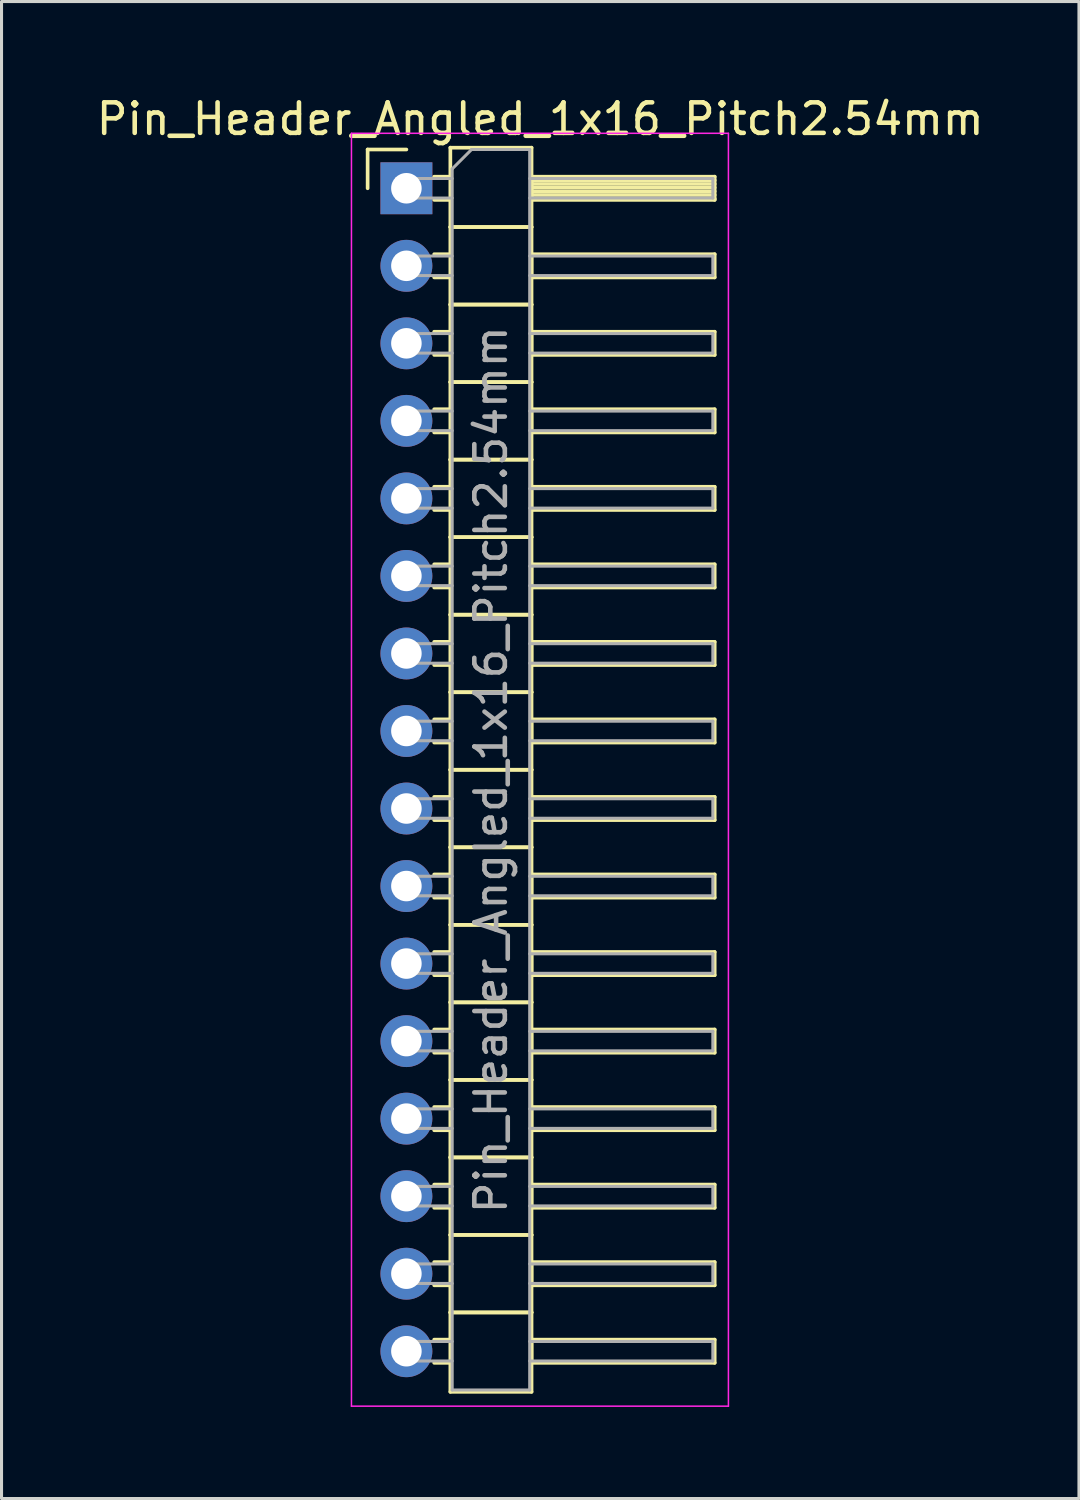
<source format=kicad_pcb>
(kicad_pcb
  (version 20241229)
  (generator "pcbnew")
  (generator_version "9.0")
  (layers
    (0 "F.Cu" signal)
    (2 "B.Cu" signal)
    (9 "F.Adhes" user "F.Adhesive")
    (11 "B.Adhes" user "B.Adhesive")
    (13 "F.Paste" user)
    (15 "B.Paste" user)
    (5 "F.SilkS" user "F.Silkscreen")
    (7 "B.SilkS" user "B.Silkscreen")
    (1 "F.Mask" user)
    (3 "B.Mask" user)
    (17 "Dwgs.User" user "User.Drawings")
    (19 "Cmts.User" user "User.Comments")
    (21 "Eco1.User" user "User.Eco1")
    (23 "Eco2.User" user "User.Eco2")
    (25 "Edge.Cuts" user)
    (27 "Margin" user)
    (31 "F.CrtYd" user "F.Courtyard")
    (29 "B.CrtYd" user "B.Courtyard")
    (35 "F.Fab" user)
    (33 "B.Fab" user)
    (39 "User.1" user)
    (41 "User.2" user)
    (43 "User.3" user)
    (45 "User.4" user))
  (footprint "Pin_Header_Angled_1x16_Pitch2.54mm"
    (layer "F.Cu")
    (at 10.264 3.118)
    (property "Reference" "Pin_Header_Angled_1x16_Pitch2.54mm" (at 4.385 -2.27 0) (layer "F.SilkS") (effects (font (size 1 1) (thickness 0.15))))
    (attr through_hole)
    (fp_line (start -1.27 -1.27) (end 0 -1.27) (stroke (width 0.12) (type solid)) (layer "F.SilkS"))
    (fp_line (start -1.27 0) (end -1.27 -1.27) (stroke (width 0.12) (type solid)) (layer "F.SilkS"))
    (fp_line (start 0.91 -0.38) (end 1.44 -0.38) (stroke (width 0.12) (type solid)) (layer "F.SilkS"))
    (fp_line (start 0.91 0.38) (end 1.44 0.38) (stroke (width 0.12) (type solid)) (layer "F.SilkS"))
    (fp_line (start 0.91 2.16) (end 1.44 2.16) (stroke (width 0.12) (type solid)) (layer "F.SilkS"))
    (fp_line (start 0.91 2.92) (end 1.44 2.92) (stroke (width 0.12) (type solid)) (layer "F.SilkS"))
    (fp_line (start 0.91 4.7) (end 1.44 4.7) (stroke (width 0.12) (type solid)) (layer "F.SilkS"))
    (fp_line (start 0.91 5.46) (end 1.44 5.46) (stroke (width 0.12) (type solid)) (layer "F.SilkS"))
    (fp_line (start 0.91 7.24) (end 1.44 7.24) (stroke (width 0.12) (type solid)) (layer "F.SilkS"))
    (fp_line (start 0.91 8) (end 1.44 8) (stroke (width 0.12) (type solid)) (layer "F.SilkS"))
    (fp_line (start 0.91 9.78) (end 1.44 9.78) (stroke (width 0.12) (type solid)) (layer "F.SilkS"))
    (fp_line (start 0.91 10.54) (end 1.44 10.54) (stroke (width 0.12) (type solid)) (layer "F.SilkS"))
    (fp_line (start 0.91 12.32) (end 1.44 12.32) (stroke (width 0.12) (type solid)) (layer "F.SilkS"))
    (fp_line (start 0.91 13.08) (end 1.44 13.08) (stroke (width 0.12) (type solid)) (layer "F.SilkS"))
    (fp_line (start 0.91 14.86) (end 1.44 14.86) (stroke (width 0.12) (type solid)) (layer "F.SilkS"))
    (fp_line (start 0.91 15.62) (end 1.44 15.62) (stroke (width 0.12) (type solid)) (layer "F.SilkS"))
    (fp_line (start 0.91 17.4) (end 1.44 17.4) (stroke (width 0.12) (type solid)) (layer "F.SilkS"))
    (fp_line (start 0.91 18.16) (end 1.44 18.16) (stroke (width 0.12) (type solid)) (layer "F.SilkS"))
    (fp_line (start 0.91 19.94) (end 1.44 19.94) (stroke (width 0.12) (type solid)) (layer "F.SilkS"))
    (fp_line (start 0.91 20.7) (end 1.44 20.7) (stroke (width 0.12) (type solid)) (layer "F.SilkS"))
    (fp_line (start 0.91 22.48) (end 1.44 22.48) (stroke (width 0.12) (type solid)) (layer "F.SilkS"))
    (fp_line (start 0.91 23.24) (end 1.44 23.24) (stroke (width 0.12) (type solid)) (layer "F.SilkS"))
    (fp_line (start 0.91 25.02) (end 1.44 25.02) (stroke (width 0.12) (type solid)) (layer "F.SilkS"))
    (fp_line (start 0.91 25.78) (end 1.44 25.78) (stroke (width 0.12) (type solid)) (layer "F.SilkS"))
    (fp_line (start 0.91 27.56) (end 1.44 27.56) (stroke (width 0.12) (type solid)) (layer "F.SilkS"))
    (fp_line (start 0.91 28.32) (end 1.44 28.32) (stroke (width 0.12) (type solid)) (layer "F.SilkS"))
    (fp_line (start 0.91 30.1) (end 1.44 30.1) (stroke (width 0.12) (type solid)) (layer "F.SilkS"))
    (fp_line (start 0.91 30.86) (end 1.44 30.86) (stroke (width 0.12) (type solid)) (layer "F.SilkS"))
    (fp_line (start 0.91 32.64) (end 1.44 32.64) (stroke (width 0.12) (type solid)) (layer "F.SilkS"))
    (fp_line (start 0.91 33.4) (end 1.44 33.4) (stroke (width 0.12) (type solid)) (layer "F.SilkS"))
    (fp_line (start 0.91 35.18) (end 1.44 35.18) (stroke (width 0.12) (type solid)) (layer "F.SilkS"))
    (fp_line (start 0.91 35.94) (end 1.44 35.94) (stroke (width 0.12) (type solid)) (layer "F.SilkS"))
    (fp_line (start 0.91 37.72) (end 1.44 37.72) (stroke (width 0.12) (type solid)) (layer "F.SilkS"))
    (fp_line (start 0.91 38.48) (end 1.44 38.48) (stroke (width 0.12) (type solid)) (layer "F.SilkS"))
    (fp_line (start 1.44 -1.33) (end 1.44 1.27) (stroke (width 0.12) (type solid)) (layer "F.SilkS"))
    (fp_line (start 1.44 1.27) (end 1.44 3.81) (stroke (width 0.12) (type solid)) (layer "F.SilkS"))
    (fp_line (start 1.44 1.27) (end 4.1 1.27) (stroke (width 0.12) (type solid)) (layer "F.SilkS"))
    (fp_line (start 1.44 3.81) (end 1.44 6.35) (stroke (width 0.12) (type solid)) (layer "F.SilkS"))
    (fp_line (start 1.44 3.81) (end 4.1 3.81) (stroke (width 0.12) (type solid)) (layer "F.SilkS"))
    (fp_line (start 1.44 6.35) (end 1.44 8.89) (stroke (width 0.12) (type solid)) (layer "F.SilkS"))
    (fp_line (start 1.44 6.35) (end 4.1 6.35) (stroke (width 0.12) (type solid)) (layer "F.SilkS"))
    (fp_line (start 1.44 8.89) (end 1.44 11.43) (stroke (width 0.12) (type solid)) (layer "F.SilkS"))
    (fp_line (start 1.44 8.89) (end 4.1 8.89) (stroke (width 0.12) (type solid)) (layer "F.SilkS"))
    (fp_line (start 1.44 11.43) (end 1.44 13.97) (stroke (width 0.12) (type solid)) (layer "F.SilkS"))
    (fp_line (start 1.44 11.43) (end 4.1 11.43) (stroke (width 0.12) (type solid)) (layer "F.SilkS"))
    (fp_line (start 1.44 13.97) (end 1.44 16.51) (stroke (width 0.12) (type solid)) (layer "F.SilkS"))
    (fp_line (start 1.44 13.97) (end 4.1 13.97) (stroke (width 0.12) (type solid)) (layer "F.SilkS"))
    (fp_line (start 1.44 16.51) (end 1.44 19.05) (stroke (width 0.12) (type solid)) (layer "F.SilkS"))
    (fp_line (start 1.44 16.51) (end 4.1 16.51) (stroke (width 0.12) (type solid)) (layer "F.SilkS"))
    (fp_line (start 1.44 19.05) (end 1.44 21.59) (stroke (width 0.12) (type solid)) (layer "F.SilkS"))
    (fp_line (start 1.44 19.05) (end 4.1 19.05) (stroke (width 0.12) (type solid)) (layer "F.SilkS"))
    (fp_line (start 1.44 21.59) (end 1.44 24.13) (stroke (width 0.12) (type solid)) (layer "F.SilkS"))
    (fp_line (start 1.44 21.59) (end 4.1 21.59) (stroke (width 0.12) (type solid)) (layer "F.SilkS"))
    (fp_line (start 1.44 24.13) (end 1.44 26.67) (stroke (width 0.12) (type solid)) (layer "F.SilkS"))
    (fp_line (start 1.44 24.13) (end 4.1 24.13) (stroke (width 0.12) (type solid)) (layer "F.SilkS"))
    (fp_line (start 1.44 26.67) (end 1.44 29.21) (stroke (width 0.12) (type solid)) (layer "F.SilkS"))
    (fp_line (start 1.44 26.67) (end 4.1 26.67) (stroke (width 0.12) (type solid)) (layer "F.SilkS"))
    (fp_line (start 1.44 29.21) (end 1.44 31.75) (stroke (width 0.12) (type solid)) (layer "F.SilkS"))
    (fp_line (start 1.44 29.21) (end 4.1 29.21) (stroke (width 0.12) (type solid)) (layer "F.SilkS"))
    (fp_line (start 1.44 31.75) (end 1.44 34.29) (stroke (width 0.12) (type solid)) (layer "F.SilkS"))
    (fp_line (start 1.44 31.75) (end 4.1 31.75) (stroke (width 0.12) (type solid)) (layer "F.SilkS"))
    (fp_line (start 1.44 34.29) (end 1.44 36.83) (stroke (width 0.12) (type solid)) (layer "F.SilkS"))
    (fp_line (start 1.44 34.29) (end 4.1 34.29) (stroke (width 0.12) (type solid)) (layer "F.SilkS"))
    (fp_line (start 1.44 36.83) (end 1.44 39.43) (stroke (width 0.12) (type solid)) (layer "F.SilkS"))
    (fp_line (start 1.44 36.83) (end 4.1 36.83) (stroke (width 0.12) (type solid)) (layer "F.SilkS"))
    (fp_line (start 1.44 39.43) (end 4.1 39.43) (stroke (width 0.12) (type solid)) (layer "F.SilkS"))
    (fp_line (start 4.1 -1.33) (end 1.44 -1.33) (stroke (width 0.12) (type solid)) (layer "F.SilkS"))
    (fp_line (start 4.1 -0.38) (end 4.1 0.38) (stroke (width 0.12) (type solid)) (layer "F.SilkS"))
    (fp_line (start 4.1 -0.26) (end 10.1 -0.26) (stroke (width 0.12) (type solid)) (layer "F.SilkS"))
    (fp_line (start 4.1 -0.14) (end 10.1 -0.14) (stroke (width 0.12) (type solid)) (layer "F.SilkS"))
    (fp_line (start 4.1 -0.02) (end 10.1 -0.02) (stroke (width 0.12) (type solid)) (layer "F.SilkS"))
    (fp_line (start 4.1 0.1) (end 10.1 0.1) (stroke (width 0.12) (type solid)) (layer "F.SilkS"))
    (fp_line (start 4.1 0.22) (end 10.1 0.22) (stroke (width 0.12) (type solid)) (layer "F.SilkS"))
    (fp_line (start 4.1 0.34) (end 10.1 0.34) (stroke (width 0.12) (type solid)) (layer "F.SilkS"))
    (fp_line (start 4.1 0.38) (end 10.1 0.38) (stroke (width 0.12) (type solid)) (layer "F.SilkS"))
    (fp_line (start 4.1 1.27) (end 1.44 1.27) (stroke (width 0.12) (type solid)) (layer "F.SilkS"))
    (fp_line (start 4.1 1.27) (end 4.1 -1.33) (stroke (width 0.12) (type solid)) (layer "F.SilkS"))
    (fp_line (start 4.1 2.16) (end 4.1 2.92) (stroke (width 0.12) (type solid)) (layer "F.SilkS"))
    (fp_line (start 4.1 2.92) (end 10.1 2.92) (stroke (width 0.12) (type solid)) (layer "F.SilkS"))
    (fp_line (start 4.1 3.81) (end 1.44 3.81) (stroke (width 0.12) (type solid)) (layer "F.SilkS"))
    (fp_line (start 4.1 3.81) (end 4.1 1.27) (stroke (width 0.12) (type solid)) (layer "F.SilkS"))
    (fp_line (start 4.1 4.7) (end 4.1 5.46) (stroke (width 0.12) (type solid)) (layer "F.SilkS"))
    (fp_line (start 4.1 5.46) (end 10.1 5.46) (stroke (width 0.12) (type solid)) (layer "F.SilkS"))
    (fp_line (start 4.1 6.35) (end 1.44 6.35) (stroke (width 0.12) (type solid)) (layer "F.SilkS"))
    (fp_line (start 4.1 6.35) (end 4.1 3.81) (stroke (width 0.12) (type solid)) (layer "F.SilkS"))
    (fp_line (start 4.1 7.24) (end 4.1 8) (stroke (width 0.12) (type solid)) (layer "F.SilkS"))
    (fp_line (start 4.1 8) (end 10.1 8) (stroke (width 0.12) (type solid)) (layer "F.SilkS"))
    (fp_line (start 4.1 8.89) (end 1.44 8.89) (stroke (width 0.12) (type solid)) (layer "F.SilkS"))
    (fp_line (start 4.1 8.89) (end 4.1 6.35) (stroke (width 0.12) (type solid)) (layer "F.SilkS"))
    (fp_line (start 4.1 9.78) (end 4.1 10.54) (stroke (width 0.12) (type solid)) (layer "F.SilkS"))
    (fp_line (start 4.1 10.54) (end 10.1 10.54) (stroke (width 0.12) (type solid)) (layer "F.SilkS"))
    (fp_line (start 4.1 11.43) (end 1.44 11.43) (stroke (width 0.12) (type solid)) (layer "F.SilkS"))
    (fp_line (start 4.1 11.43) (end 4.1 8.89) (stroke (width 0.12) (type solid)) (layer "F.SilkS"))
    (fp_line (start 4.1 12.32) (end 4.1 13.08) (stroke (width 0.12) (type solid)) (layer "F.SilkS"))
    (fp_line (start 4.1 13.08) (end 10.1 13.08) (stroke (width 0.12) (type solid)) (layer "F.SilkS"))
    (fp_line (start 4.1 13.97) (end 1.44 13.97) (stroke (width 0.12) (type solid)) (layer "F.SilkS"))
    (fp_line (start 4.1 13.97) (end 4.1 11.43) (stroke (width 0.12) (type solid)) (layer "F.SilkS"))
    (fp_line (start 4.1 14.86) (end 4.1 15.62) (stroke (width 0.12) (type solid)) (layer "F.SilkS"))
    (fp_line (start 4.1 15.62) (end 10.1 15.62) (stroke (width 0.12) (type solid)) (layer "F.SilkS"))
    (fp_line (start 4.1 16.51) (end 1.44 16.51) (stroke (width 0.12) (type solid)) (layer "F.SilkS"))
    (fp_line (start 4.1 16.51) (end 4.1 13.97) (stroke (width 0.12) (type solid)) (layer "F.SilkS"))
    (fp_line (start 4.1 17.4) (end 4.1 18.16) (stroke (width 0.12) (type solid)) (layer "F.SilkS"))
    (fp_line (start 4.1 18.16) (end 10.1 18.16) (stroke (width 0.12) (type solid)) (layer "F.SilkS"))
    (fp_line (start 4.1 19.05) (end 1.44 19.05) (stroke (width 0.12) (type solid)) (layer "F.SilkS"))
    (fp_line (start 4.1 19.05) (end 4.1 16.51) (stroke (width 0.12) (type solid)) (layer "F.SilkS"))
    (fp_line (start 4.1 19.94) (end 4.1 20.7) (stroke (width 0.12) (type solid)) (layer "F.SilkS"))
    (fp_line (start 4.1 20.7) (end 10.1 20.7) (stroke (width 0.12) (type solid)) (layer "F.SilkS"))
    (fp_line (start 4.1 21.59) (end 1.44 21.59) (stroke (width 0.12) (type solid)) (layer "F.SilkS"))
    (fp_line (start 4.1 21.59) (end 4.1 19.05) (stroke (width 0.12) (type solid)) (layer "F.SilkS"))
    (fp_line (start 4.1 22.48) (end 4.1 23.24) (stroke (width 0.12) (type solid)) (layer "F.SilkS"))
    (fp_line (start 4.1 23.24) (end 10.1 23.24) (stroke (width 0.12) (type solid)) (layer "F.SilkS"))
    (fp_line (start 4.1 24.13) (end 1.44 24.13) (stroke (width 0.12) (type solid)) (layer "F.SilkS"))
    (fp_line (start 4.1 24.13) (end 4.1 21.59) (stroke (width 0.12) (type solid)) (layer "F.SilkS"))
    (fp_line (start 4.1 25.02) (end 4.1 25.78) (stroke (width 0.12) (type solid)) (layer "F.SilkS"))
    (fp_line (start 4.1 25.78) (end 10.1 25.78) (stroke (width 0.12) (type solid)) (layer "F.SilkS"))
    (fp_line (start 4.1 26.67) (end 1.44 26.67) (stroke (width 0.12) (type solid)) (layer "F.SilkS"))
    (fp_line (start 4.1 26.67) (end 4.1 24.13) (stroke (width 0.12) (type solid)) (layer "F.SilkS"))
    (fp_line (start 4.1 27.56) (end 4.1 28.32) (stroke (width 0.12) (type solid)) (layer "F.SilkS"))
    (fp_line (start 4.1 28.32) (end 10.1 28.32) (stroke (width 0.12) (type solid)) (layer "F.SilkS"))
    (fp_line (start 4.1 29.21) (end 1.44 29.21) (stroke (width 0.12) (type solid)) (layer "F.SilkS"))
    (fp_line (start 4.1 29.21) (end 4.1 26.67) (stroke (width 0.12) (type solid)) (layer "F.SilkS"))
    (fp_line (start 4.1 30.1) (end 4.1 30.86) (stroke (width 0.12) (type solid)) (layer "F.SilkS"))
    (fp_line (start 4.1 30.86) (end 10.1 30.86) (stroke (width 0.12) (type solid)) (layer "F.SilkS"))
    (fp_line (start 4.1 31.75) (end 1.44 31.75) (stroke (width 0.12) (type solid)) (layer "F.SilkS"))
    (fp_line (start 4.1 31.75) (end 4.1 29.21) (stroke (width 0.12) (type solid)) (layer "F.SilkS"))
    (fp_line (start 4.1 32.64) (end 4.1 33.4) (stroke (width 0.12) (type solid)) (layer "F.SilkS"))
    (fp_line (start 4.1 33.4) (end 10.1 33.4) (stroke (width 0.12) (type solid)) (layer "F.SilkS"))
    (fp_line (start 4.1 34.29) (end 1.44 34.29) (stroke (width 0.12) (type solid)) (layer "F.SilkS"))
    (fp_line (start 4.1 34.29) (end 4.1 31.75) (stroke (width 0.12) (type solid)) (layer "F.SilkS"))
    (fp_line (start 4.1 35.18) (end 4.1 35.94) (stroke (width 0.12) (type solid)) (layer "F.SilkS"))
    (fp_line (start 4.1 35.94) (end 10.1 35.94) (stroke (width 0.12) (type solid)) (layer "F.SilkS"))
    (fp_line (start 4.1 36.83) (end 1.44 36.83) (stroke (width 0.12) (type solid)) (layer "F.SilkS"))
    (fp_line (start 4.1 36.83) (end 4.1 34.29) (stroke (width 0.12) (type solid)) (layer "F.SilkS"))
    (fp_line (start 4.1 37.72) (end 4.1 38.48) (stroke (width 0.12) (type solid)) (layer "F.SilkS"))
    (fp_line (start 4.1 38.48) (end 10.1 38.48) (stroke (width 0.12) (type solid)) (layer "F.SilkS"))
    (fp_line (start 4.1 39.43) (end 4.1 36.83) (stroke (width 0.12) (type solid)) (layer "F.SilkS"))
    (fp_line (start 10.1 -0.38) (end 4.1 -0.38) (stroke (width 0.12) (type solid)) (layer "F.SilkS"))
    (fp_line (start 10.1 0.38) (end 10.1 -0.38) (stroke (width 0.12) (type solid)) (layer "F.SilkS"))
    (fp_line (start 10.1 2.16) (end 4.1 2.16) (stroke (width 0.12) (type solid)) (layer "F.SilkS"))
    (fp_line (start 10.1 2.92) (end 10.1 2.16) (stroke (width 0.12) (type solid)) (layer "F.SilkS"))
    (fp_line (start 10.1 4.7) (end 4.1 4.7) (stroke (width 0.12) (type solid)) (layer "F.SilkS"))
    (fp_line (start 10.1 5.46) (end 10.1 4.7) (stroke (width 0.12) (type solid)) (layer "F.SilkS"))
    (fp_line (start 10.1 7.24) (end 4.1 7.24) (stroke (width 0.12) (type solid)) (layer "F.SilkS"))
    (fp_line (start 10.1 8) (end 10.1 7.24) (stroke (width 0.12) (type solid)) (layer "F.SilkS"))
    (fp_line (start 10.1 9.78) (end 4.1 9.78) (stroke (width 0.12) (type solid)) (layer "F.SilkS"))
    (fp_line (start 10.1 10.54) (end 10.1 9.78) (stroke (width 0.12) (type solid)) (layer "F.SilkS"))
    (fp_line (start 10.1 12.32) (end 4.1 12.32) (stroke (width 0.12) (type solid)) (layer "F.SilkS"))
    (fp_line (start 10.1 13.08) (end 10.1 12.32) (stroke (width 0.12) (type solid)) (layer "F.SilkS"))
    (fp_line (start 10.1 14.86) (end 4.1 14.86) (stroke (width 0.12) (type solid)) (layer "F.SilkS"))
    (fp_line (start 10.1 15.62) (end 10.1 14.86) (stroke (width 0.12) (type solid)) (layer "F.SilkS"))
    (fp_line (start 10.1 17.4) (end 4.1 17.4) (stroke (width 0.12) (type solid)) (layer "F.SilkS"))
    (fp_line (start 10.1 18.16) (end 10.1 17.4) (stroke (width 0.12) (type solid)) (layer "F.SilkS"))
    (fp_line (start 10.1 19.94) (end 4.1 19.94) (stroke (width 0.12) (type solid)) (layer "F.SilkS"))
    (fp_line (start 10.1 20.7) (end 10.1 19.94) (stroke (width 0.12) (type solid)) (layer "F.SilkS"))
    (fp_line (start 10.1 22.48) (end 4.1 22.48) (stroke (width 0.12) (type solid)) (layer "F.SilkS"))
    (fp_line (start 10.1 23.24) (end 10.1 22.48) (stroke (width 0.12) (type solid)) (layer "F.SilkS"))
    (fp_line (start 10.1 25.02) (end 4.1 25.02) (stroke (width 0.12) (type solid)) (layer "F.SilkS"))
    (fp_line (start 10.1 25.78) (end 10.1 25.02) (stroke (width 0.12) (type solid)) (layer "F.SilkS"))
    (fp_line (start 10.1 27.56) (end 4.1 27.56) (stroke (width 0.12) (type solid)) (layer "F.SilkS"))
    (fp_line (start 10.1 28.32) (end 10.1 27.56) (stroke (width 0.12) (type solid)) (layer "F.SilkS"))
    (fp_line (start 10.1 30.1) (end 4.1 30.1) (stroke (width 0.12) (type solid)) (layer "F.SilkS"))
    (fp_line (start 10.1 30.86) (end 10.1 30.1) (stroke (width 0.12) (type solid)) (layer "F.SilkS"))
    (fp_line (start 10.1 32.64) (end 4.1 32.64) (stroke (width 0.12) (type solid)) (layer "F.SilkS"))
    (fp_line (start 10.1 33.4) (end 10.1 32.64) (stroke (width 0.12) (type solid)) (layer "F.SilkS"))
    (fp_line (start 10.1 35.18) (end 4.1 35.18) (stroke (width 0.12) (type solid)) (layer "F.SilkS"))
    (fp_line (start 10.1 35.94) (end 10.1 35.18) (stroke (width 0.12) (type solid)) (layer "F.SilkS"))
    (fp_line (start 10.1 37.72) (end 4.1 37.72) (stroke (width 0.12) (type solid)) (layer "F.SilkS"))
    (fp_line (start 10.1 38.48) (end 10.1 37.72) (stroke (width 0.12) (type solid)) (layer "F.SilkS"))
    (fp_line (start -1.8 -1.8) (end -1.8 39.9) (stroke (width 0.05) (type solid)) (layer "F.CrtYd"))
    (fp_line (start -1.8 39.9) (end 10.55 39.9) (stroke (width 0.05) (type solid)) (layer "F.CrtYd"))
    (fp_line (start 10.55 -1.8) (end -1.8 -1.8) (stroke (width 0.05) (type solid)) (layer "F.CrtYd"))
    (fp_line (start 10.55 39.9) (end 10.55 -1.8) (stroke (width 0.05) (type solid)) (layer "F.CrtYd"))
    (fp_line (start -0.32 -0.32) (end -0.32 0.32) (stroke (width 0.1) (type solid)) (layer "F.Fab"))
    (fp_line (start -0.32 -0.32) (end 1.5 -0.32) (stroke (width 0.1) (type solid)) (layer "F.Fab"))
    (fp_line (start -0.32 0.32) (end 1.5 0.32) (stroke (width 0.1) (type solid)) (layer "F.Fab"))
    (fp_line (start -0.32 2.22) (end -0.32 2.86) (stroke (width 0.1) (type solid)) (layer "F.Fab"))
    (fp_line (start -0.32 2.22) (end 1.5 2.22) (stroke (width 0.1) (type solid)) (layer "F.Fab"))
    (fp_line (start -0.32 2.86) (end 1.5 2.86) (stroke (width 0.1) (type solid)) (layer "F.Fab"))
    (fp_line (start -0.32 4.76) (end -0.32 5.4) (stroke (width 0.1) (type solid)) (layer "F.Fab"))
    (fp_line (start -0.32 4.76) (end 1.5 4.76) (stroke (width 0.1) (type solid)) (layer "F.Fab"))
    (fp_line (start -0.32 5.4) (end 1.5 5.4) (stroke (width 0.1) (type solid)) (layer "F.Fab"))
    (fp_line (start -0.32 7.3) (end -0.32 7.94) (stroke (width 0.1) (type solid)) (layer "F.Fab"))
    (fp_line (start -0.32 7.3) (end 1.5 7.3) (stroke (width 0.1) (type solid)) (layer "F.Fab"))
    (fp_line (start -0.32 7.94) (end 1.5 7.94) (stroke (width 0.1) (type solid)) (layer "F.Fab"))
    (fp_line (start -0.32 9.84) (end -0.32 10.48) (stroke (width 0.1) (type solid)) (layer "F.Fab"))
    (fp_line (start -0.32 9.84) (end 1.5 9.84) (stroke (width 0.1) (type solid)) (layer "F.Fab"))
    (fp_line (start -0.32 10.48) (end 1.5 10.48) (stroke (width 0.1) (type solid)) (layer "F.Fab"))
    (fp_line (start -0.32 12.38) (end -0.32 13.02) (stroke (width 0.1) (type solid)) (layer "F.Fab"))
    (fp_line (start -0.32 12.38) (end 1.5 12.38) (stroke (width 0.1) (type solid)) (layer "F.Fab"))
    (fp_line (start -0.32 13.02) (end 1.5 13.02) (stroke (width 0.1) (type solid)) (layer "F.Fab"))
    (fp_line (start -0.32 14.92) (end -0.32 15.56) (stroke (width 0.1) (type solid)) (layer "F.Fab"))
    (fp_line (start -0.32 14.92) (end 1.5 14.92) (stroke (width 0.1) (type solid)) (layer "F.Fab"))
    (fp_line (start -0.32 15.56) (end 1.5 15.56) (stroke (width 0.1) (type solid)) (layer "F.Fab"))
    (fp_line (start -0.32 17.46) (end -0.32 18.1) (stroke (width 0.1) (type solid)) (layer "F.Fab"))
    (fp_line (start -0.32 17.46) (end 1.5 17.46) (stroke (width 0.1) (type solid)) (layer "F.Fab"))
    (fp_line (start -0.32 18.1) (end 1.5 18.1) (stroke (width 0.1) (type solid)) (layer "F.Fab"))
    (fp_line (start -0.32 20) (end -0.32 20.64) (stroke (width 0.1) (type solid)) (layer "F.Fab"))
    (fp_line (start -0.32 20) (end 1.5 20) (stroke (width 0.1) (type solid)) (layer "F.Fab"))
    (fp_line (start -0.32 20.64) (end 1.5 20.64) (stroke (width 0.1) (type solid)) (layer "F.Fab"))
    (fp_line (start -0.32 22.54) (end -0.32 23.18) (stroke (width 0.1) (type solid)) (layer "F.Fab"))
    (fp_line (start -0.32 22.54) (end 1.5 22.54) (stroke (width 0.1) (type solid)) (layer "F.Fab"))
    (fp_line (start -0.32 23.18) (end 1.5 23.18) (stroke (width 0.1) (type solid)) (layer "F.Fab"))
    (fp_line (start -0.32 25.08) (end -0.32 25.72) (stroke (width 0.1) (type solid)) (layer "F.Fab"))
    (fp_line (start -0.32 25.08) (end 1.5 25.08) (stroke (width 0.1) (type solid)) (layer "F.Fab"))
    (fp_line (start -0.32 25.72) (end 1.5 25.72) (stroke (width 0.1) (type solid)) (layer "F.Fab"))
    (fp_line (start -0.32 27.62) (end -0.32 28.26) (stroke (width 0.1) (type solid)) (layer "F.Fab"))
    (fp_line (start -0.32 27.62) (end 1.5 27.62) (stroke (width 0.1) (type solid)) (layer "F.Fab"))
    (fp_line (start -0.32 28.26) (end 1.5 28.26) (stroke (width 0.1) (type solid)) (layer "F.Fab"))
    (fp_line (start -0.32 30.16) (end -0.32 30.8) (stroke (width 0.1) (type solid)) (layer "F.Fab"))
    (fp_line (start -0.32 30.16) (end 1.5 30.16) (stroke (width 0.1) (type solid)) (layer "F.Fab"))
    (fp_line (start -0.32 30.8) (end 1.5 30.8) (stroke (width 0.1) (type solid)) (layer "F.Fab"))
    (fp_line (start -0.32 32.7) (end -0.32 33.34) (stroke (width 0.1) (type solid)) (layer "F.Fab"))
    (fp_line (start -0.32 32.7) (end 1.5 32.7) (stroke (width 0.1) (type solid)) (layer "F.Fab"))
    (fp_line (start -0.32 33.34) (end 1.5 33.34) (stroke (width 0.1) (type solid)) (layer "F.Fab"))
    (fp_line (start -0.32 35.24) (end -0.32 35.88) (stroke (width 0.1) (type solid)) (layer "F.Fab"))
    (fp_line (start -0.32 35.24) (end 1.5 35.24) (stroke (width 0.1) (type solid)) (layer "F.Fab"))
    (fp_line (start -0.32 35.88) (end 1.5 35.88) (stroke (width 0.1) (type solid)) (layer "F.Fab"))
    (fp_line (start -0.32 37.78) (end -0.32 38.42) (stroke (width 0.1) (type solid)) (layer "F.Fab"))
    (fp_line (start -0.32 37.78) (end 1.5 37.78) (stroke (width 0.1) (type solid)) (layer "F.Fab"))
    (fp_line (start -0.32 38.42) (end 1.5 38.42) (stroke (width 0.1) (type solid)) (layer "F.Fab"))
    (fp_line (start 1.5 -0.635) (end 2.135 -1.27) (stroke (width 0.1) (type solid)) (layer "F.Fab"))
    (fp_line (start 1.5 39.37) (end 1.5 -0.635) (stroke (width 0.1) (type solid)) (layer "F.Fab"))
    (fp_line (start 2.135 -1.27) (end 4.04 -1.27) (stroke (width 0.1) (type solid)) (layer "F.Fab"))
    (fp_line (start 4.04 -1.27) (end 4.04 39.37) (stroke (width 0.1) (type solid)) (layer "F.Fab"))
    (fp_line (start 4.04 -0.32) (end 10.04 -0.32) (stroke (width 0.1) (type solid)) (layer "F.Fab"))
    (fp_line (start 4.04 0.32) (end 10.04 0.32) (stroke (width 0.1) (type solid)) (layer "F.Fab"))
    (fp_line (start 4.04 2.22) (end 10.04 2.22) (stroke (width 0.1) (type solid)) (layer "F.Fab"))
    (fp_line (start 4.04 2.86) (end 10.04 2.86) (stroke (width 0.1) (type solid)) (layer "F.Fab"))
    (fp_line (start 4.04 4.76) (end 10.04 4.76) (stroke (width 0.1) (type solid)) (layer "F.Fab"))
    (fp_line (start 4.04 5.4) (end 10.04 5.4) (stroke (width 0.1) (type solid)) (layer "F.Fab"))
    (fp_line (start 4.04 7.3) (end 10.04 7.3) (stroke (width 0.1) (type solid)) (layer "F.Fab"))
    (fp_line (start 4.04 7.94) (end 10.04 7.94) (stroke (width 0.1) (type solid)) (layer "F.Fab"))
    (fp_line (start 4.04 9.84) (end 10.04 9.84) (stroke (width 0.1) (type solid)) (layer "F.Fab"))
    (fp_line (start 4.04 10.48) (end 10.04 10.48) (stroke (width 0.1) (type solid)) (layer "F.Fab"))
    (fp_line (start 4.04 12.38) (end 10.04 12.38) (stroke (width 0.1) (type solid)) (layer "F.Fab"))
    (fp_line (start 4.04 13.02) (end 10.04 13.02) (stroke (width 0.1) (type solid)) (layer "F.Fab"))
    (fp_line (start 4.04 14.92) (end 10.04 14.92) (stroke (width 0.1) (type solid)) (layer "F.Fab"))
    (fp_line (start 4.04 15.56) (end 10.04 15.56) (stroke (width 0.1) (type solid)) (layer "F.Fab"))
    (fp_line (start 4.04 17.46) (end 10.04 17.46) (stroke (width 0.1) (type solid)) (layer "F.Fab"))
    (fp_line (start 4.04 18.1) (end 10.04 18.1) (stroke (width 0.1) (type solid)) (layer "F.Fab"))
    (fp_line (start 4.04 20) (end 10.04 20) (stroke (width 0.1) (type solid)) (layer "F.Fab"))
    (fp_line (start 4.04 20.64) (end 10.04 20.64) (stroke (width 0.1) (type solid)) (layer "F.Fab"))
    (fp_line (start 4.04 22.54) (end 10.04 22.54) (stroke (width 0.1) (type solid)) (layer "F.Fab"))
    (fp_line (start 4.04 23.18) (end 10.04 23.18) (stroke (width 0.1) (type solid)) (layer "F.Fab"))
    (fp_line (start 4.04 25.08) (end 10.04 25.08) (stroke (width 0.1) (type solid)) (layer "F.Fab"))
    (fp_line (start 4.04 25.72) (end 10.04 25.72) (stroke (width 0.1) (type solid)) (layer "F.Fab"))
    (fp_line (start 4.04 27.62) (end 10.04 27.62) (stroke (width 0.1) (type solid)) (layer "F.Fab"))
    (fp_line (start 4.04 28.26) (end 10.04 28.26) (stroke (width 0.1) (type solid)) (layer "F.Fab"))
    (fp_line (start 4.04 30.16) (end 10.04 30.16) (stroke (width 0.1) (type solid)) (layer "F.Fab"))
    (fp_line (start 4.04 30.8) (end 10.04 30.8) (stroke (width 0.1) (type solid)) (layer "F.Fab"))
    (fp_line (start 4.04 32.7) (end 10.04 32.7) (stroke (width 0.1) (type solid)) (layer "F.Fab"))
    (fp_line (start 4.04 33.34) (end 10.04 33.34) (stroke (width 0.1) (type solid)) (layer "F.Fab"))
    (fp_line (start 4.04 35.24) (end 10.04 35.24) (stroke (width 0.1) (type solid)) (layer "F.Fab"))
    (fp_line (start 4.04 35.88) (end 10.04 35.88) (stroke (width 0.1) (type solid)) (layer "F.Fab"))
    (fp_line (start 4.04 37.78) (end 10.04 37.78) (stroke (width 0.1) (type solid)) (layer "F.Fab"))
    (fp_line (start 4.04 38.42) (end 10.04 38.42) (stroke (width 0.1) (type solid)) (layer "F.Fab"))
    (fp_line (start 4.04 39.37) (end 1.5 39.37) (stroke (width 0.1) (type solid)) (layer "F.Fab"))
    (fp_line (start 10.04 -0.32) (end 10.04 0.32) (stroke (width 0.1) (type solid)) (layer "F.Fab"))
    (fp_line (start 10.04 2.22) (end 10.04 2.86) (stroke (width 0.1) (type solid)) (layer "F.Fab"))
    (fp_line (start 10.04 4.76) (end 10.04 5.4) (stroke (width 0.1) (type solid)) (layer "F.Fab"))
    (fp_line (start 10.04 7.3) (end 10.04 7.94) (stroke (width 0.1) (type solid)) (layer "F.Fab"))
    (fp_line (start 10.04 9.84) (end 10.04 10.48) (stroke (width 0.1) (type solid)) (layer "F.Fab"))
    (fp_line (start 10.04 12.38) (end 10.04 13.02) (stroke (width 0.1) (type solid)) (layer "F.Fab"))
    (fp_line (start 10.04 14.92) (end 10.04 15.56) (stroke (width 0.1) (type solid)) (layer "F.Fab"))
    (fp_line (start 10.04 17.46) (end 10.04 18.1) (stroke (width 0.1) (type solid)) (layer "F.Fab"))
    (fp_line (start 10.04 20) (end 10.04 20.64) (stroke (width 0.1) (type solid)) (layer "F.Fab"))
    (fp_line (start 10.04 22.54) (end 10.04 23.18) (stroke (width 0.1) (type solid)) (layer "F.Fab"))
    (fp_line (start 10.04 25.08) (end 10.04 25.72) (stroke (width 0.1) (type solid)) (layer "F.Fab"))
    (fp_line (start 10.04 27.62) (end 10.04 28.26) (stroke (width 0.1) (type solid)) (layer "F.Fab"))
    (fp_line (start 10.04 30.16) (end 10.04 30.8) (stroke (width 0.1) (type solid)) (layer "F.Fab"))
    (fp_line (start 10.04 32.7) (end 10.04 33.34) (stroke (width 0.1) (type solid)) (layer "F.Fab"))
    (fp_line (start 10.04 35.24) (end 10.04 35.88) (stroke (width 0.1) (type solid)) (layer "F.Fab"))
    (fp_line (start 10.04 37.78) (end 10.04 38.42) (stroke (width 0.1) (type solid)) (layer "F.Fab"))
    (fp_text user "${REFERENCE}" (at 2.77 19.05 90) (layer "F.Fab") (effects (font (size 1 1) (thickness 0.15))))
    (pad "1" thru_hole rect (at 0 0) (size 1.7 1.7) (drill 1) (layers "*.Cu" "*.Mask"))
    (pad "2" thru_hole oval (at 0 2.54) (size 1.7 1.7) (drill 1) (layers "*.Cu" "*.Mask"))
    (pad "3" thru_hole oval (at 0 5.08) (size 1.7 1.7) (drill 1) (layers "*.Cu" "*.Mask"))
    (pad "4" thru_hole oval (at 0 7.62) (size 1.7 1.7) (drill 1) (layers "*.Cu" "*.Mask"))
    (pad "5" thru_hole oval (at 0 10.16) (size 1.7 1.7) (drill 1) (layers "*.Cu" "*.Mask"))
    (pad "6" thru_hole oval (at 0 12.7) (size 1.7 1.7) (drill 1) (layers "*.Cu" "*.Mask"))
    (pad "7" thru_hole oval (at 0 15.24) (size 1.7 1.7) (drill 1) (layers "*.Cu" "*.Mask"))
    (pad "8" thru_hole oval (at 0 17.78) (size 1.7 1.7) (drill 1) (layers "*.Cu" "*.Mask"))
    (pad "9" thru_hole oval (at 0 20.32) (size 1.7 1.7) (drill 1) (layers "*.Cu" "*.Mask"))
    (pad "10" thru_hole oval (at 0 22.86) (size 1.7 1.7) (drill 1) (layers "*.Cu" "*.Mask"))
    (pad "11" thru_hole oval (at 0 25.4) (size 1.7 1.7) (drill 1) (layers "*.Cu" "*.Mask"))
    (pad "12" thru_hole oval (at 0 27.94) (size 1.7 1.7) (drill 1) (layers "*.Cu" "*.Mask"))
    (pad "13" thru_hole oval (at 0 30.48) (size 1.7 1.7) (drill 1) (layers "*.Cu" "*.Mask"))
    (pad "14" thru_hole oval (at 0 33.02) (size 1.7 1.7) (drill 1) (layers "*.Cu" "*.Mask"))
    (pad "15" thru_hole oval (at 0 35.56) (size 1.7 1.7) (drill 1) (layers "*.Cu" "*.Mask"))
    (pad "16" thru_hole oval (at 0 38.1) (size 1.7 1.7) (drill 1) (layers "*.Cu" "*.Mask")))
  (gr_rect
    (start -3 -3)
    (end 32.298 46.043)
    (stroke (width 0.1) (type default))
    (fill no)
    (layer "Edge.Cuts")))
</source>
